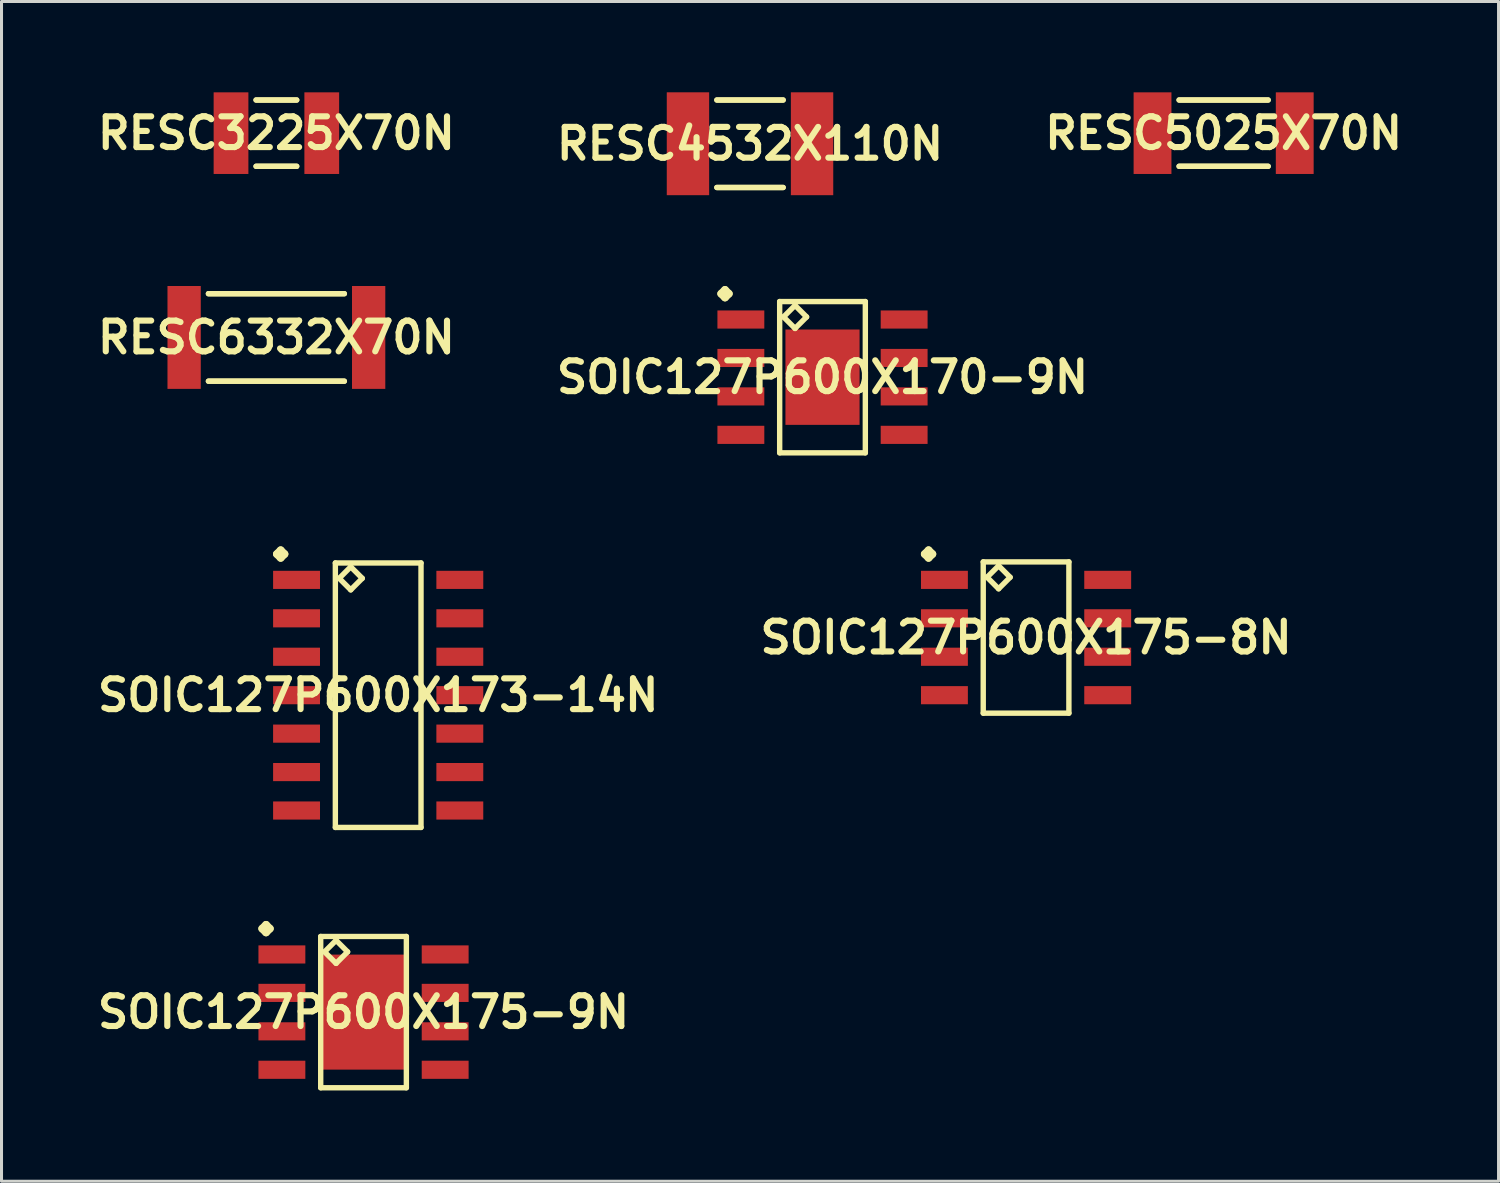
<source format=kicad_pcb>
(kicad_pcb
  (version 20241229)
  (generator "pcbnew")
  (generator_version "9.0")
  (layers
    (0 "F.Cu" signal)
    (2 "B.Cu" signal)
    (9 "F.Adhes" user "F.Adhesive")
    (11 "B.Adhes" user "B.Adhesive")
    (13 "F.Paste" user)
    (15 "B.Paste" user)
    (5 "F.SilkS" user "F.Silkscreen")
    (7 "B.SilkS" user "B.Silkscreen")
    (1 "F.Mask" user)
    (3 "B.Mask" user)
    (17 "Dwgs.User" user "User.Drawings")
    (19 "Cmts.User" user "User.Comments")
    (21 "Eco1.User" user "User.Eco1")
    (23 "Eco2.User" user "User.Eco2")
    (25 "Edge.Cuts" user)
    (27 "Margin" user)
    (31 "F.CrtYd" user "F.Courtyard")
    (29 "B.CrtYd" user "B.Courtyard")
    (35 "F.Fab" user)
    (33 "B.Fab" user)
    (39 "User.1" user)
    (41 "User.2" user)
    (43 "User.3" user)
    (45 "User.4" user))
  (footprint "RESC3225X70N"
    (layer "F.Cu")
    (at 6.081 1.349)
    (property "Reference" "RESC3225X70N" (at 0 0 0) (layer "F.SilkS") (effects (font (size 1.016 1.016) (thickness 0.203))))
    (attr smd)
    (fp_line (start -0.671 -1.095) (end 0.671 -1.095) (stroke (width 0.178) (type solid)) (layer "F.SilkS"))
    (fp_line (start -0.671 1.095) (end 0.671 1.095) (stroke (width 0.178) (type solid)) (layer "F.SilkS"))
    (fp_line (start 0.671 -1.095) (end -0.671 -1.095) (stroke (width 0.178) (type solid)) (layer "F.SilkS"))
    (fp_line (start 0.671 1.095) (end -0.671 1.095) (stroke (width 0.178) (type solid)) (layer "F.SilkS"))
    (pad "1" smd rect (at -1.499 0) (size 1.148 2.697) (layers "F.Cu" "F.Mask" "F.Paste"))
    (pad "2" smd rect (at 1.499 0) (size 1.148 2.697) (layers "F.Cu" "F.Mask" "F.Paste")))
  (footprint "SOIC127P600X170-9N"
    (layer "F.Cu")
    (at 24.123 9.411)
    (property "Reference" "SOIC127P600X170-9N" (at 0 0 0) (layer "F.SilkS") (effects (font (size 1.016 1.016) (thickness 0.203))))
    (attr smd)
    (fp_line (start -3.348 -2.758) (end -3.221 -2.885) (stroke (width 0.254) (type solid)) (layer "F.SilkS"))
    (fp_line (start -3.221 -2.885) (end -3.094 -2.758) (stroke (width 0.254) (type solid)) (layer "F.SilkS"))
    (fp_line (start -3.221 -2.631) (end -3.348 -2.758) (stroke (width 0.254) (type solid)) (layer "F.SilkS"))
    (fp_line (start -3.094 -2.758) (end -3.221 -2.631) (stroke (width 0.254) (type solid)) (layer "F.SilkS"))
    (fp_line (start -1.415 -2.499) (end -1.415 2.499) (stroke (width 0.178) (type solid)) (layer "F.SilkS"))
    (fp_line (start -1.415 2.499) (end 1.415 2.499) (stroke (width 0.178) (type solid)) (layer "F.SilkS"))
    (fp_line (start -1.288 -1.991) (end -0.907 -2.372) (stroke (width 0.178) (type solid)) (layer "F.SilkS"))
    (fp_line (start -0.907 -2.372) (end -0.526 -1.991) (stroke (width 0.178) (type solid)) (layer "F.SilkS"))
    (fp_line (start -0.907 -1.61) (end -1.288 -1.991) (stroke (width 0.178) (type solid)) (layer "F.SilkS"))
    (fp_line (start -0.526 -1.991) (end -0.907 -1.61) (stroke (width 0.178) (type solid)) (layer "F.SilkS"))
    (fp_line (start 1.415 -2.499) (end -1.415 -2.499) (stroke (width 0.178) (type solid)) (layer "F.SilkS"))
    (fp_line (start 1.415 2.499) (end 1.415 -2.499) (stroke (width 0.178) (type solid)) (layer "F.SilkS"))
    (pad "1" smd rect (at -2.697 -1.905) (size 1.549 0.599) (layers "F.Cu" "F.Mask" "F.Paste"))
    (pad "2" smd rect (at -2.697 -0.635) (size 1.549 0.599) (layers "F.Cu" "F.Mask" "F.Paste"))
    (pad "3" smd rect (at -2.697 0.635) (size 1.549 0.599) (layers "F.Cu" "F.Mask" "F.Paste"))
    (pad "4" smd rect (at -2.697 1.905) (size 1.549 0.599) (layers "F.Cu" "F.Mask" "F.Paste"))
    (pad "5" smd rect (at 2.697 1.905) (size 1.549 0.599) (layers "F.Cu" "F.Mask" "F.Paste"))
    (pad "6" smd rect (at 2.697 0.635) (size 1.549 0.599) (layers "F.Cu" "F.Mask" "F.Paste"))
    (pad "7" smd rect (at 2.697 -0.635) (size 1.549 0.599) (layers "F.Cu" "F.Mask" "F.Paste"))
    (pad "8" smd rect (at 2.697 -1.905) (size 1.549 0.599) (layers "F.Cu" "F.Mask" "F.Paste"))
    (pad "9" smd rect (at 0 0) (size 2.449 3.15) (layers "F.Cu" "F.Mask" "F.Paste")))
  (footprint "RESC5025X70N"
    (layer "F.Cu")
    (at 37.375 1.349)
    (property "Reference" "RESC5025X70N" (at 0 0 0) (layer "F.SilkS") (effects (font (size 1.016 1.016) (thickness 0.203))))
    (attr smd)
    (fp_line (start -1.471 -1.095) (end 1.471 -1.095) (stroke (width 0.178) (type solid)) (layer "F.SilkS"))
    (fp_line (start -1.471 1.095) (end 1.471 1.095) (stroke (width 0.178) (type solid)) (layer "F.SilkS"))
    (fp_line (start 1.471 -1.095) (end -1.471 -1.095) (stroke (width 0.178) (type solid)) (layer "F.SilkS"))
    (fp_line (start 1.471 1.095) (end -1.471 1.095) (stroke (width 0.178) (type solid)) (layer "F.SilkS"))
    (pad "1" smd rect (at -2.349 0) (size 1.25 2.697) (layers "F.Cu" "F.Mask" "F.Paste"))
    (pad "2" smd rect (at 2.349 0) (size 1.25 2.697) (layers "F.Cu" "F.Mask" "F.Paste")))
  (footprint "RESC6332X70N"
    (layer "F.Cu")
    (at 6.081 8.098)
    (property "Reference" "RESC6332X70N" (at 0 0 0) (layer "F.SilkS") (effects (font (size 1.016 1.016) (thickness 0.203))))
    (attr smd)
    (fp_line (start -2.245 -1.445) (end 2.245 -1.445) (stroke (width 0.178) (type solid)) (layer "F.SilkS"))
    (fp_line (start -2.245 1.445) (end 2.245 1.445) (stroke (width 0.178) (type solid)) (layer "F.SilkS"))
    (fp_line (start 2.245 -1.445) (end -2.245 -1.445) (stroke (width 0.178) (type solid)) (layer "F.SilkS"))
    (fp_line (start 2.245 1.445) (end -2.245 1.445) (stroke (width 0.178) (type solid)) (layer "F.SilkS"))
    (pad "1" smd rect (at -3.048 0) (size 1.1 3.399) (layers "F.Cu" "F.Mask" "F.Paste"))
    (pad "2" smd rect (at 3.048 0) (size 1.1 3.399) (layers "F.Cu" "F.Mask" "F.Paste")))
  (footprint "SOIC127P600X175-8N"
    (layer "F.Cu")
    (at 30.848 18.012)
    (property "Reference" "SOIC127P600X175-8N" (at 0 0 0) (layer "F.SilkS") (effects (font (size 1.016 1.016) (thickness 0.203))))
    (attr smd)
    (fp_line (start -3.348 -2.758) (end -3.221 -2.885) (stroke (width 0.254) (type solid)) (layer "F.SilkS"))
    (fp_line (start -3.221 -2.885) (end -3.094 -2.758) (stroke (width 0.254) (type solid)) (layer "F.SilkS"))
    (fp_line (start -3.221 -2.631) (end -3.348 -2.758) (stroke (width 0.254) (type solid)) (layer "F.SilkS"))
    (fp_line (start -3.094 -2.758) (end -3.221 -2.631) (stroke (width 0.254) (type solid)) (layer "F.SilkS"))
    (fp_line (start -1.415 -2.499) (end -1.415 2.499) (stroke (width 0.178) (type solid)) (layer "F.SilkS"))
    (fp_line (start -1.415 2.499) (end 1.415 2.499) (stroke (width 0.178) (type solid)) (layer "F.SilkS"))
    (fp_line (start -1.288 -1.991) (end -0.907 -2.372) (stroke (width 0.178) (type solid)) (layer "F.SilkS"))
    (fp_line (start -0.907 -2.372) (end -0.526 -1.991) (stroke (width 0.178) (type solid)) (layer "F.SilkS"))
    (fp_line (start -0.907 -1.61) (end -1.288 -1.991) (stroke (width 0.178) (type solid)) (layer "F.SilkS"))
    (fp_line (start -0.526 -1.991) (end -0.907 -1.61) (stroke (width 0.178) (type solid)) (layer "F.SilkS"))
    (fp_line (start 1.415 -2.499) (end -1.415 -2.499) (stroke (width 0.178) (type solid)) (layer "F.SilkS"))
    (fp_line (start 1.415 2.499) (end 1.415 -2.499) (stroke (width 0.178) (type solid)) (layer "F.SilkS"))
    (pad "1" smd rect (at -2.697 -1.905) (size 1.549 0.599) (layers "F.Cu" "F.Mask" "F.Paste"))
    (pad "2" smd rect (at -2.697 -0.635) (size 1.549 0.599) (layers "F.Cu" "F.Mask" "F.Paste"))
    (pad "3" smd rect (at -2.697 0.635) (size 1.549 0.599) (layers "F.Cu" "F.Mask" "F.Paste"))
    (pad "4" smd rect (at -2.697 1.905) (size 1.549 0.599) (layers "F.Cu" "F.Mask" "F.Paste"))
    (pad "5" smd rect (at 2.697 1.905) (size 1.549 0.599) (layers "F.Cu" "F.Mask" "F.Paste"))
    (pad "6" smd rect (at 2.697 0.635) (size 1.549 0.599) (layers "F.Cu" "F.Mask" "F.Paste"))
    (pad "7" smd rect (at 2.697 -0.635) (size 1.549 0.599) (layers "F.Cu" "F.Mask" "F.Paste"))
    (pad "8" smd rect (at 2.697 -1.905) (size 1.549 0.599) (layers "F.Cu" "F.Mask" "F.Paste")))
  (footprint "SOIC127P600X175-9N"
    (layer "F.Cu")
    (at 8.96 30.387)
    (property "Reference" "SOIC127P600X175-9N" (at 0 0 0) (layer "F.SilkS") (effects (font (size 1.016 1.016) (thickness 0.203))))
    (attr smd)
    (fp_line (start -3.348 -2.758) (end -3.221 -2.885) (stroke (width 0.254) (type solid)) (layer "F.SilkS"))
    (fp_line (start -3.221 -2.885) (end -3.094 -2.758) (stroke (width 0.254) (type solid)) (layer "F.SilkS"))
    (fp_line (start -3.221 -2.631) (end -3.348 -2.758) (stroke (width 0.254) (type solid)) (layer "F.SilkS"))
    (fp_line (start -3.094 -2.758) (end -3.221 -2.631) (stroke (width 0.254) (type solid)) (layer "F.SilkS"))
    (fp_line (start -1.415 -2.499) (end -1.415 2.499) (stroke (width 0.178) (type solid)) (layer "F.SilkS"))
    (fp_line (start -1.415 2.499) (end 1.415 2.499) (stroke (width 0.178) (type solid)) (layer "F.SilkS"))
    (fp_line (start -1.288 -1.991) (end -0.907 -2.372) (stroke (width 0.178) (type solid)) (layer "F.SilkS"))
    (fp_line (start -0.907 -2.372) (end -0.526 -1.991) (stroke (width 0.178) (type solid)) (layer "F.SilkS"))
    (fp_line (start -0.907 -1.61) (end -1.288 -1.991) (stroke (width 0.178) (type solid)) (layer "F.SilkS"))
    (fp_line (start -0.526 -1.991) (end -0.907 -1.61) (stroke (width 0.178) (type solid)) (layer "F.SilkS"))
    (fp_line (start 1.415 -2.499) (end -1.415 -2.499) (stroke (width 0.178) (type solid)) (layer "F.SilkS"))
    (fp_line (start 1.415 2.499) (end 1.415 -2.499) (stroke (width 0.178) (type solid)) (layer "F.SilkS"))
    (pad "1" smd rect (at -2.697 -1.905) (size 1.549 0.599) (layers "F.Cu" "F.Mask" "F.Paste"))
    (pad "2" smd rect (at -2.697 -0.635) (size 1.549 0.599) (layers "F.Cu" "F.Mask" "F.Paste"))
    (pad "3" smd rect (at -2.697 0.635) (size 1.549 0.599) (layers "F.Cu" "F.Mask" "F.Paste"))
    (pad "4" smd rect (at -2.697 1.905) (size 1.549 0.599) (layers "F.Cu" "F.Mask" "F.Paste"))
    (pad "5" smd rect (at 2.697 1.905) (size 1.549 0.599) (layers "F.Cu" "F.Mask" "F.Paste"))
    (pad "6" smd rect (at 2.697 0.635) (size 1.549 0.599) (layers "F.Cu" "F.Mask" "F.Paste"))
    (pad "7" smd rect (at 2.697 -0.635) (size 1.549 0.599) (layers "F.Cu" "F.Mask" "F.Paste"))
    (pad "8" smd rect (at 2.697 -1.905) (size 1.549 0.599) (layers "F.Cu" "F.Mask" "F.Paste"))
    (pad "9" smd rect (at 0 0) (size 2.748 3.8) (layers "F.Cu" "F.Mask" "F.Paste")))
  (footprint "RESC4532X110N"
    (layer "F.Cu")
    (at 21.728 1.699)
    (property "Reference" "RESC4532X110N" (at 0 0 0) (layer "F.SilkS") (effects (font (size 1.016 1.016) (thickness 0.203))))
    (attr smd)
    (fp_line (start -1.095 -1.445) (end 1.095 -1.445) (stroke (width 0.178) (type solid)) (layer "F.SilkS"))
    (fp_line (start -1.095 1.445) (end 1.095 1.445) (stroke (width 0.178) (type solid)) (layer "F.SilkS"))
    (fp_line (start 1.095 -1.445) (end -1.095 -1.445) (stroke (width 0.178) (type solid)) (layer "F.SilkS"))
    (fp_line (start 1.095 1.445) (end -1.095 1.445) (stroke (width 0.178) (type solid)) (layer "F.SilkS"))
    (pad "1" smd rect (at -2.05 0) (size 1.4 3.399) (layers "F.Cu" "F.Mask" "F.Paste"))
    (pad "2" smd rect (at 2.05 0) (size 1.4 3.399) (layers "F.Cu" "F.Mask" "F.Paste")))
  (footprint "SOIC127P600X173-14N"
    (layer "F.Cu")
    (at 9.444 19.917)
    (property "Reference" "SOIC127P600X173-14N" (at 0 0 0) (layer "F.SilkS") (effects (font (size 1.016 1.016) (thickness 0.203))))
    (attr smd)
    (fp_line (start -3.348 -4.663) (end -3.221 -4.79) (stroke (width 0.254) (type solid)) (layer "F.SilkS"))
    (fp_line (start -3.221 -4.79) (end -3.094 -4.663) (stroke (width 0.254) (type solid)) (layer "F.SilkS"))
    (fp_line (start -3.221 -4.536) (end -3.348 -4.663) (stroke (width 0.254) (type solid)) (layer "F.SilkS"))
    (fp_line (start -3.094 -4.663) (end -3.221 -4.536) (stroke (width 0.254) (type solid)) (layer "F.SilkS"))
    (fp_line (start -1.415 -4.369) (end -1.415 4.369) (stroke (width 0.178) (type solid)) (layer "F.SilkS"))
    (fp_line (start -1.415 4.369) (end 1.415 4.369) (stroke (width 0.178) (type solid)) (layer "F.SilkS"))
    (fp_line (start -1.288 -3.861) (end -0.907 -4.242) (stroke (width 0.178) (type solid)) (layer "F.SilkS"))
    (fp_line (start -0.907 -4.242) (end -0.526 -3.861) (stroke (width 0.178) (type solid)) (layer "F.SilkS"))
    (fp_line (start -0.907 -3.48) (end -1.288 -3.861) (stroke (width 0.178) (type solid)) (layer "F.SilkS"))
    (fp_line (start -0.526 -3.861) (end -0.907 -3.48) (stroke (width 0.178) (type solid)) (layer "F.SilkS"))
    (fp_line (start 1.415 -4.369) (end -1.415 -4.369) (stroke (width 0.178) (type solid)) (layer "F.SilkS"))
    (fp_line (start 1.415 4.369) (end 1.415 -4.369) (stroke (width 0.178) (type solid)) (layer "F.SilkS"))
    (pad "1" smd rect (at -2.697 -3.81) (size 1.549 0.599) (layers "F.Cu" "F.Mask" "F.Paste"))
    (pad "2" smd rect (at -2.697 -2.54) (size 1.549 0.599) (layers "F.Cu" "F.Mask" "F.Paste"))
    (pad "3" smd rect (at -2.697 -1.27) (size 1.549 0.599) (layers "F.Cu" "F.Mask" "F.Paste"))
    (pad "4" smd rect (at -2.697 0) (size 1.549 0.599) (layers "F.Cu" "F.Mask" "F.Paste"))
    (pad "5" smd rect (at -2.697 1.27) (size 1.549 0.599) (layers "F.Cu" "F.Mask" "F.Paste"))
    (pad "6" smd rect (at -2.697 2.54) (size 1.549 0.599) (layers "F.Cu" "F.Mask" "F.Paste"))
    (pad "7" smd rect (at -2.697 3.81) (size 1.549 0.599) (layers "F.Cu" "F.Mask" "F.Paste"))
    (pad "8" smd rect (at 2.697 3.81) (size 1.549 0.599) (layers "F.Cu" "F.Mask" "F.Paste"))
    (pad "9" smd rect (at 2.697 2.54) (size 1.549 0.599) (layers "F.Cu" "F.Mask" "F.Paste"))
    (pad "10" smd rect (at 2.697 1.27) (size 1.549 0.599) (layers "F.Cu" "F.Mask" "F.Paste"))
    (pad "11" smd rect (at 2.697 0) (size 1.549 0.599) (layers "F.Cu" "F.Mask" "F.Paste"))
    (pad "12" smd rect (at 2.697 -1.27) (size 1.549 0.599) (layers "F.Cu" "F.Mask" "F.Paste"))
    (pad "13" smd rect (at 2.697 -2.54) (size 1.549 0.599) (layers "F.Cu" "F.Mask" "F.Paste"))
    (pad "14" smd rect (at 2.697 -3.81) (size 1.549 0.599) (layers "F.Cu" "F.Mask" "F.Paste")))
  (gr_rect
    (start -3 -3)
    (end 46.457 35.975)
    (stroke (width 0.1) (type default))
    (fill no)
    (layer "Edge.Cuts")))
</source>
